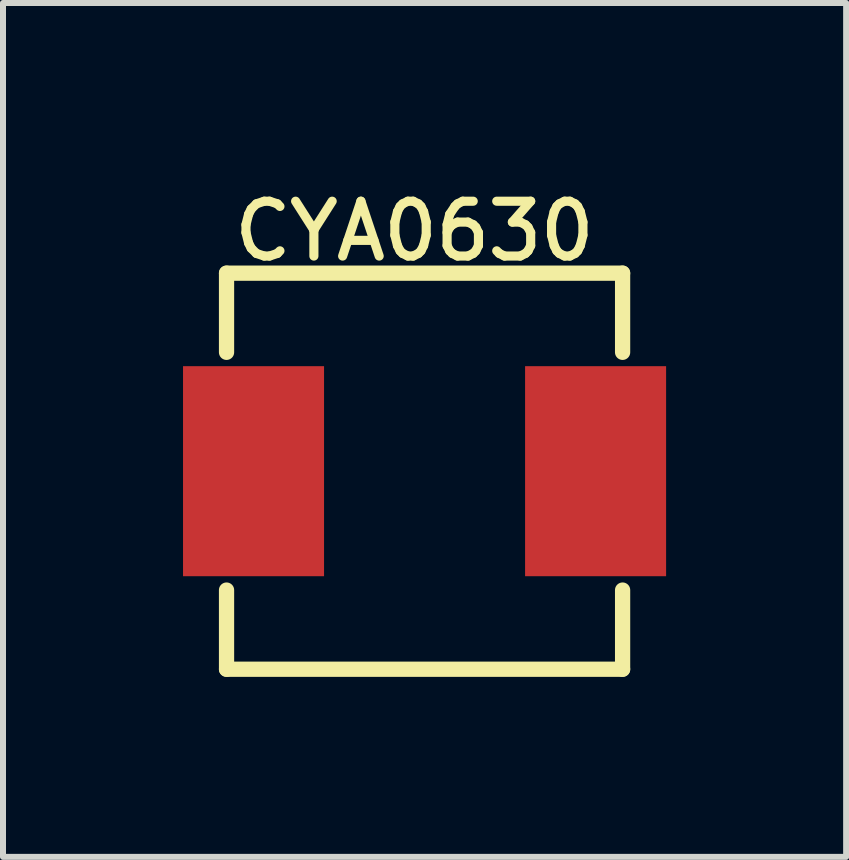
<source format=kicad_pcb>
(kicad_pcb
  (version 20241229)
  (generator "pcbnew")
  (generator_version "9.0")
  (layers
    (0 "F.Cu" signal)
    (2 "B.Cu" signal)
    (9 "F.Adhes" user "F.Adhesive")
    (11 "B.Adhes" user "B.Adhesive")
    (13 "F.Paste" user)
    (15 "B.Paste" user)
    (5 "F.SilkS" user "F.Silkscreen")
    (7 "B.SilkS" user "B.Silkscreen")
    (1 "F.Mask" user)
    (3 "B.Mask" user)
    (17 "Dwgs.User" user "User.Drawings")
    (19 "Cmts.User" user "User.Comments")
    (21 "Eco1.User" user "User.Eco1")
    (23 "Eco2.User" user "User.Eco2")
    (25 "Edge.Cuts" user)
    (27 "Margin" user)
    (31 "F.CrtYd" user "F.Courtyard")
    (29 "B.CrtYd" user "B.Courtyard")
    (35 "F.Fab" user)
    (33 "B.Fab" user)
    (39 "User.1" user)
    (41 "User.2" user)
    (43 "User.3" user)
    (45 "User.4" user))
  (footprint "CYA0630"
    (layer "F.Cu")
    (at 4.025 4.802)
    (property "Reference" "CYA0630" (at -3.25 -4 0) (layer "F.SilkS") (effects (font (size 0.914 0.914) (thickness 0.152)) (justify left)))
    (fp_line (start -3.3 -3.3) (end -3.3 -1.981) (stroke (width 0.254) (type default)) (layer "F.SilkS"))
    (fp_line (start -3.3 -3.3) (end 3.3 -3.3) (stroke (width 0.254) (type default)) (layer "F.SilkS"))
    (fp_line (start -3.3 1.981) (end -3.3 3.3) (stroke (width 0.254) (type default)) (layer "F.SilkS"))
    (fp_line (start -3.3 3.3) (end 3.3 3.3) (stroke (width 0.254) (type default)) (layer "F.SilkS"))
    (fp_line (start 3.3 -3.3) (end 3.3 -1.981) (stroke (width 0.254) (type default)) (layer "F.SilkS"))
    (fp_line (start 3.3 1.981) (end 3.3 3.3) (stroke (width 0.254) (type default)) (layer "F.SilkS"))
    (pad "1" smd rect (at -2.85 0) (size 2.35 3.5) (layers "F.Cu" "F.Mask" "F.Paste"))
    (pad "2" smd rect (at 2.85 0) (size 2.35 3.5) (layers "F.Cu" "F.Mask" "F.Paste"))
    (zone (net_name "") (layer "User.4") (hatch edge 0.5) (priority 100) (connect_pads yes) (min_thickness 0) (filled_areas_thickness no) (fill yes) (polygon (pts (xy 2.125 6.302) (xy 0.425 6.302) (xy 0.425 3.302) (xy 2.125 3.302))) (filled_polygon (layer "User.4") (island) (pts (xy 2.125 6.302) (xy 0.425 6.302) (xy 0.425 3.302) (xy 2.125 3.302))))
    (zone (net_name "") (layer "User.4") (hatch edge 0.5) (priority 100) (connect_pads yes) (min_thickness 0) (filled_areas_thickness no) (fill yes) (polygon (pts (xy 5.925 3.302) (xy 7.625 3.302) (xy 7.625 6.302) (xy 5.925 6.302))) (filled_polygon (layer "User.4") (island) (pts (xy 5.925 3.302) (xy 7.625 3.302) (xy 7.625 6.302) (xy 5.925 6.302)))))
  (gr_rect
    (start -3 -3)
    (end 11.05 11.229)
    (stroke (width 0.1) (type default))
    (fill no)
    (layer "Edge.Cuts")))
</source>
